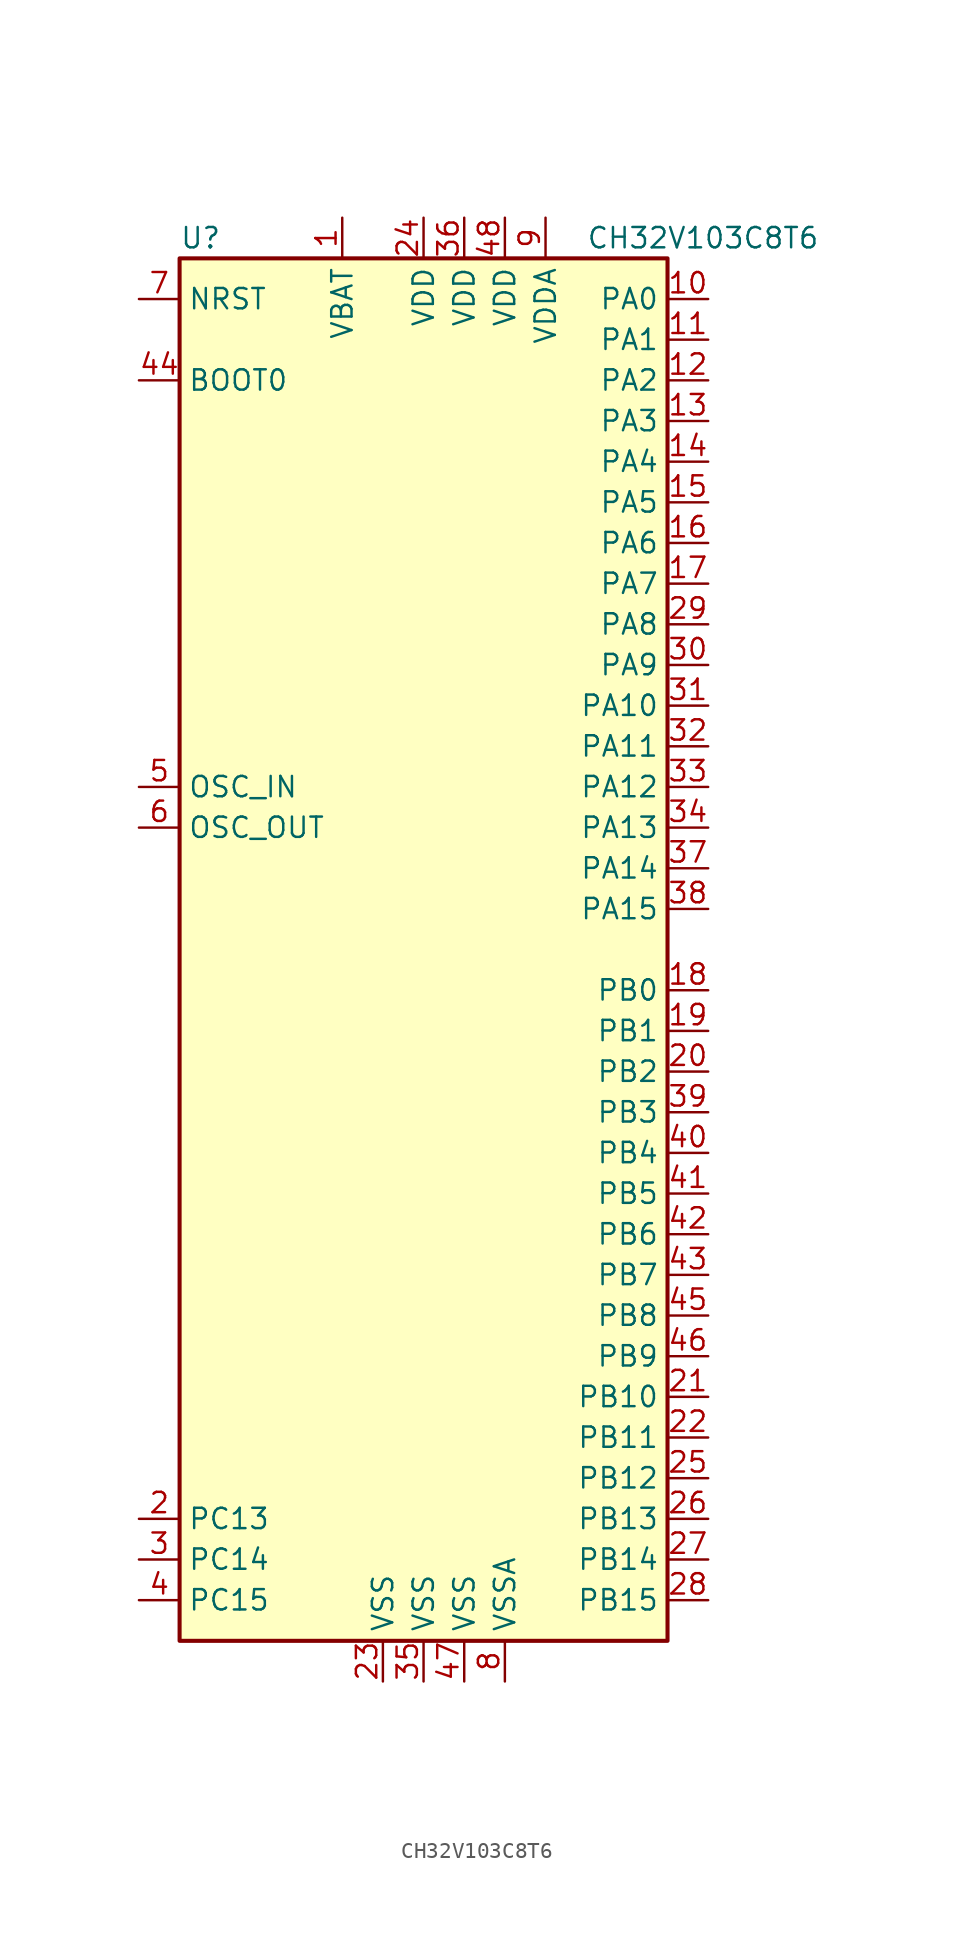
<source format=kicad_sym>
(kicad_symbol_lib
  (version 20211014)
  (generator kicad_symbol_editor)
  (symbol "CH32V103C8T6"
    (property "Reference" "U"
      (at 2.54 3.81 0)
      (effects (font (size 1.27 1.27)) (justify left)))
    (property "Value" "CH32V103C8T6"
      (at 27.94 3.81 0)
      (effects (font (size 1.27 1.27)) (justify left)))
    (symbol "CH32V103C8T6_0_1"
      (rectangle (start 2.54 -83.82) (end 33.02 2.54) (stroke (width 0.254) (type default) (color 0 0 0 0)) (fill (type background))))
    (symbol "CH32V103C8T6_1_1"
      (pin power_in line (at 12.7 5.08 270) (length 2.54) (name "VBAT" (effects (font (size 1.27 1.27)))) (number "1" (effects (font (size 1.27 1.27)))))
      (pin bidirectional line (at 35.56 0 180) (length 2.54) (name "PA0" (effects (font (size 1.27 1.27)))) (number "10" (effects (font (size 1.27 1.27)))))
      (pin bidirectional line (at 35.56 -2.54 180) (length 2.54) (name "PA1" (effects (font (size 1.27 1.27)))) (number "11" (effects (font (size 1.27 1.27)))))
      (pin bidirectional line (at 35.56 -5.08 180) (length 2.54) (name "PA2" (effects (font (size 1.27 1.27)))) (number "12" (effects (font (size 1.27 1.27)))))
      (pin bidirectional line (at 35.56 -7.62 180) (length 2.54) (name "PA3" (effects (font (size 1.27 1.27)))) (number "13" (effects (font (size 1.27 1.27)))))
      (pin bidirectional line (at 35.56 -10.16 180) (length 2.54) (name "PA4" (effects (font (size 1.27 1.27)))) (number "14" (effects (font (size 1.27 1.27)))))
      (pin bidirectional line (at 35.56 -12.7 180) (length 2.54) (name "PA5" (effects (font (size 1.27 1.27)))) (number "15" (effects (font (size 1.27 1.27)))))
      (pin bidirectional line (at 35.56 -15.24 180) (length 2.54) (name "PA6" (effects (font (size 1.27 1.27)))) (number "16" (effects (font (size 1.27 1.27)))))
      (pin bidirectional line (at 35.56 -17.78 180) (length 2.54) (name "PA7" (effects (font (size 1.27 1.27)))) (number "17" (effects (font (size 1.27 1.27)))))
      (pin bidirectional line (at 35.56 -43.18 180) (length 2.54) (name "PB0" (effects (font (size 1.27 1.27)))) (number "18" (effects (font (size 1.27 1.27)))))
      (pin bidirectional line (at 35.56 -45.72 180) (length 2.54) (name "PB1" (effects (font (size 1.27 1.27)))) (number "19" (effects (font (size 1.27 1.27)))))
      (pin bidirectional line (at 0 -76.2 0) (length 2.54) (name "PC13" (effects (font (size 1.27 1.27)))) (number "2" (effects (font (size 1.27 1.27)))))
      (pin bidirectional line (at 35.56 -48.26 180) (length 2.54) (name "PB2" (effects (font (size 1.27 1.27)))) (number "20" (effects (font (size 1.27 1.27)))))
      (pin bidirectional line (at 35.56 -68.58 180) (length 2.54) (name "PB10" (effects (font (size 1.27 1.27)))) (number "21" (effects (font (size 1.27 1.27)))))
      (pin bidirectional line (at 35.56 -71.12 180) (length 2.54) (name "PB11" (effects (font (size 1.27 1.27)))) (number "22" (effects (font (size 1.27 1.27)))))
      (pin power_in line (at 15.24 -86.36 90) (length 2.54) (name "VSS" (effects (font (size 1.27 1.27)))) (number "23" (effects (font (size 1.27 1.27)))))
      (pin power_in line (at 17.78 5.08 270) (length 2.54) (name "VDD" (effects (font (size 1.27 1.27)))) (number "24" (effects (font (size 1.27 1.27)))))
      (pin bidirectional line (at 35.56 -73.66 180) (length 2.54) (name "PB12" (effects (font (size 1.27 1.27)))) (number "25" (effects (font (size 1.27 1.27)))))
      (pin bidirectional line (at 35.56 -76.2 180) (length 2.54) (name "PB13" (effects (font (size 1.27 1.27)))) (number "26" (effects (font (size 1.27 1.27)))))
      (pin bidirectional line (at 35.56 -78.74 180) (length 2.54) (name "PB14" (effects (font (size 1.27 1.27)))) (number "27" (effects (font (size 1.27 1.27)))))
      (pin bidirectional line (at 35.56 -81.28 180) (length 2.54) (name "PB15" (effects (font (size 1.27 1.27)))) (number "28" (effects (font (size 1.27 1.27)))))
      (pin bidirectional line (at 35.56 -20.32 180) (length 2.54) (name "PA8" (effects (font (size 1.27 1.27)))) (number "29" (effects (font (size 1.27 1.27)))))
      (pin bidirectional line (at 0 -78.74 0) (length 2.54) (name "PC14" (effects (font (size 1.27 1.27)))) (number "3" (effects (font (size 1.27 1.27)))))
      (pin bidirectional line (at 35.56 -22.86 180) (length 2.54) (name "PA9" (effects (font (size 1.27 1.27)))) (number "30" (effects (font (size 1.27 1.27)))))
      (pin bidirectional line (at 35.56 -25.4 180) (length 2.54) (name "PA10" (effects (font (size 1.27 1.27)))) (number "31" (effects (font (size 1.27 1.27)))))
      (pin bidirectional line (at 35.56 -27.94 180) (length 2.54) (name "PA11" (effects (font (size 1.27 1.27)))) (number "32" (effects (font (size 1.27 1.27)))))
      (pin bidirectional line (at 35.56 -30.48 180) (length 2.54) (name "PA12" (effects (font (size 1.27 1.27)))) (number "33" (effects (font (size 1.27 1.27)))))
      (pin bidirectional line (at 35.56 -33.02 180) (length 2.54) (name "PA13" (effects (font (size 1.27 1.27)))) (number "34" (effects (font (size 1.27 1.27)))))
      (pin power_in line (at 17.78 -86.36 90) (length 2.54) (name "VSS" (effects (font (size 1.27 1.27)))) (number "35" (effects (font (size 1.27 1.27)))))
      (pin power_in line (at 20.32 5.08 270) (length 2.54) (name "VDD" (effects (font (size 1.27 1.27)))) (number "36" (effects (font (size 1.27 1.27)))))
      (pin bidirectional line (at 35.56 -35.56 180) (length 2.54) (name "PA14" (effects (font (size 1.27 1.27)))) (number "37" (effects (font (size 1.27 1.27)))))
      (pin bidirectional line (at 35.56 -38.1 180) (length 2.54) (name "PA15" (effects (font (size 1.27 1.27)))) (number "38" (effects (font (size 1.27 1.27)))))
      (pin bidirectional line (at 35.56 -50.8 180) (length 2.54) (name "PB3" (effects (font (size 1.27 1.27)))) (number "39" (effects (font (size 1.27 1.27)))))
      (pin bidirectional line (at 0 -81.28 0) (length 2.54) (name "PC15" (effects (font (size 1.27 1.27)))) (number "4" (effects (font (size 1.27 1.27)))))
      (pin bidirectional line (at 35.56 -53.34 180) (length 2.54) (name "PB4" (effects (font (size 1.27 1.27)))) (number "40" (effects (font (size 1.27 1.27)))))
      (pin bidirectional line (at 35.56 -55.88 180) (length 2.54) (name "PB5" (effects (font (size 1.27 1.27)))) (number "41" (effects (font (size 1.27 1.27)))))
      (pin bidirectional line (at 35.56 -58.42 180) (length 2.54) (name "PB6" (effects (font (size 1.27 1.27)))) (number "42" (effects (font (size 1.27 1.27)))))
      (pin bidirectional line (at 35.56 -60.96 180) (length 2.54) (name "PB7" (effects (font (size 1.27 1.27)))) (number "43" (effects (font (size 1.27 1.27)))))
      (pin input line (at 0 -5.08 0) (length 2.54) (name "BOOT0" (effects (font (size 1.27 1.27)))) (number "44" (effects (font (size 1.27 1.27)))))
      (pin bidirectional line (at 35.56 -63.5 180) (length 2.54) (name "PB8" (effects (font (size 1.27 1.27)))) (number "45" (effects (font (size 1.27 1.27)))))
      (pin bidirectional line (at 35.56 -66.04 180) (length 2.54) (name "PB9" (effects (font (size 1.27 1.27)))) (number "46" (effects (font (size 1.27 1.27)))))
      (pin power_in line (at 20.32 -86.36 90) (length 2.54) (name "VSS" (effects (font (size 1.27 1.27)))) (number "47" (effects (font (size 1.27 1.27)))))
      (pin power_in line (at 22.86 5.08 270) (length 2.54) (name "VDD" (effects (font (size 1.27 1.27)))) (number "48" (effects (font (size 1.27 1.27)))))
      (pin input line (at 0 -30.48 0) (length 2.54) (name "OSC_IN" (effects (font (size 1.27 1.27)))) (number "5" (effects (font (size 1.27 1.27)))))
      (pin output line (at 0 -33.02 0) (length 2.54) (name "OSC_OUT" (effects (font (size 1.27 1.27)))) (number "6" (effects (font (size 1.27 1.27)))))
      (pin input line (at 0 0 0) (length 2.54) (name "NRST" (effects (font (size 1.27 1.27)))) (number "7" (effects (font (size 1.27 1.27)))))
      (pin power_in line (at 22.86 -86.36 90) (length 2.54) (name "VSSA" (effects (font (size 1.27 1.27)))) (number "8" (effects (font (size 1.27 1.27)))))
      (pin power_in line (at 25.4 5.08 270) (length 2.54) (name "VDDA" (effects (font (size 1.27 1.27)))) (number "9" (effects (font (size 1.27 1.27))))))))
</source>
